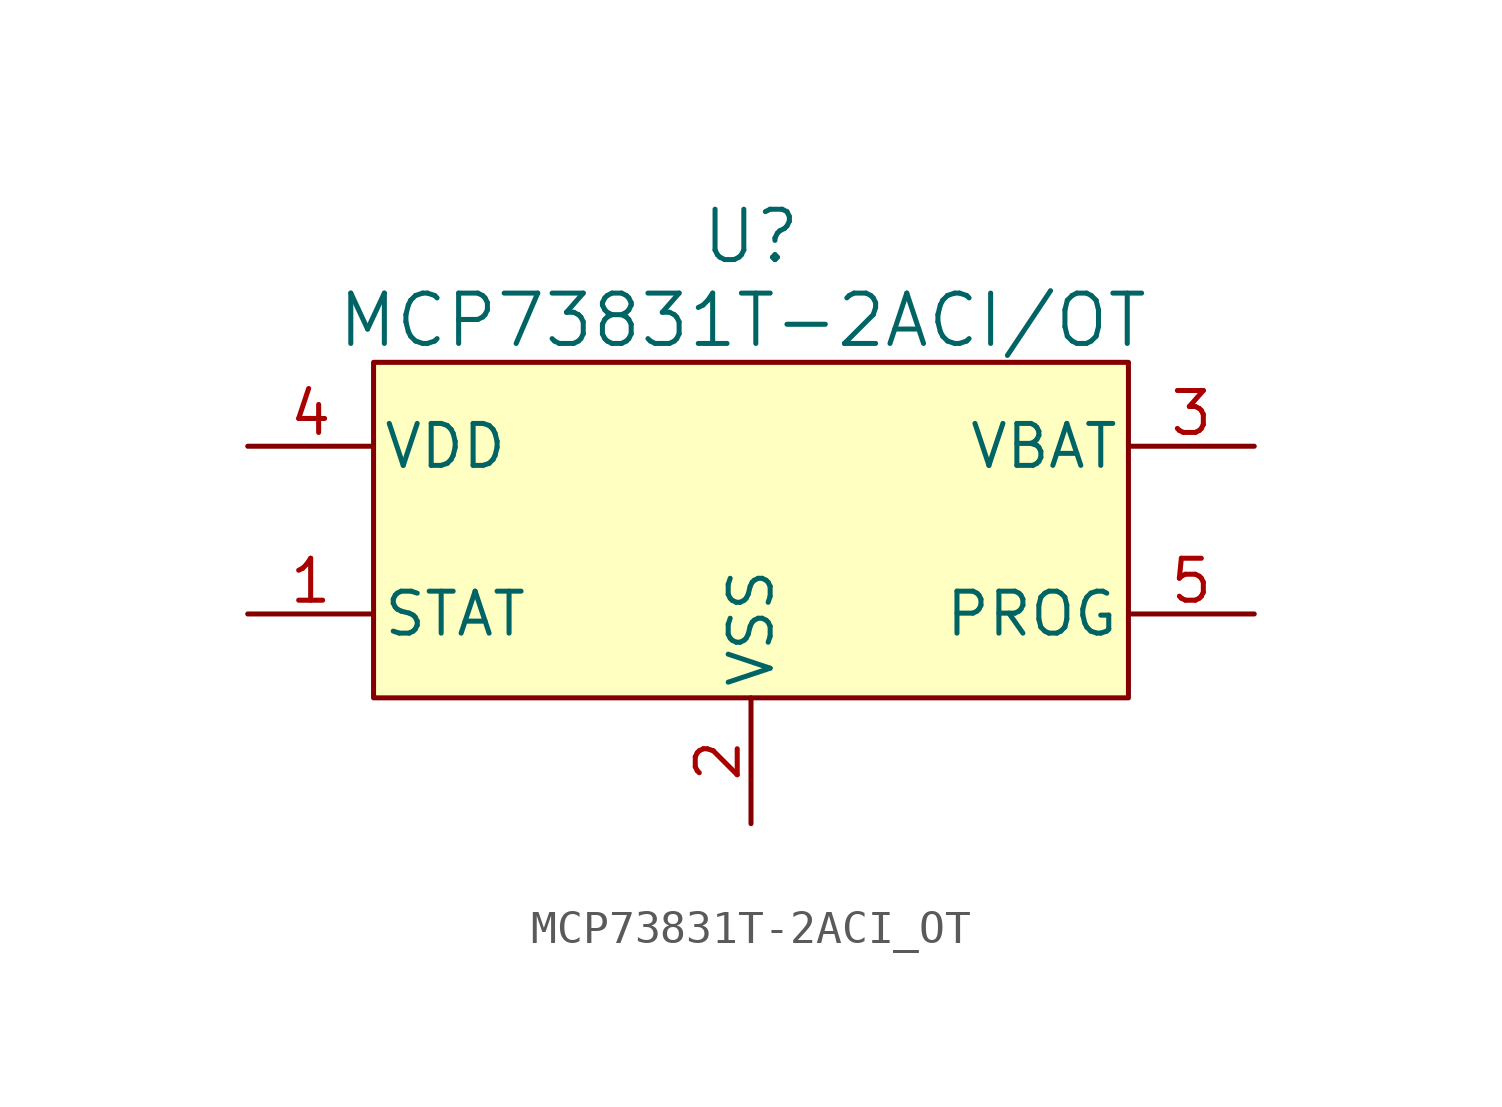
<source format=kicad_sym>
(kicad_symbol_lib
  (version 20241209)
  (generator "kicad_symbol_editor")
  (generator_version "9.0")
  (symbol "MCP73831T-2ACI_OT"
    (pin_names
      (offset 0.254))
    (property "Reference" "U"
      (at 15.24 6.35 0)
      (effects (font (size 1.524 1.524))))
    (property "Value" "MCP73831T-2ACI/OT"
      (at 14.986 3.81 0)
      (effects (font (size 1.524 1.524))))
    (property "ki_locked" ""
      (at 0 0 0)
      (effects (font (size 1.27 1.27))))
    (symbol "MCP73831T-2ACI_OT_0_1"
      (rectangle (start 3.81 2.54) (end 26.67 -7.62) (stroke (width 0) (type default)) (fill (type background)))
      (pin unspecified line (at 0 0 0) (length 3.81) (name "VDD" (effects (font (size 1.27 1.27)))) (number "4" (effects (font (size 1.27 1.27)))))
      (pin unspecified line (at 0 -5.08 0) (length 3.81) (name "STAT" (effects (font (size 1.27 1.27)))) (number "1" (effects (font (size 1.27 1.27)))))
      (pin unspecified line (at 15.24 -11.43 90) (length 3.81) (name "VSS" (effects (font (size 1.27 1.27)))) (number "2" (effects (font (size 1.27 1.27)))))
      (pin unspecified line (at 30.48 0 180) (length 3.81) (name "VBAT" (effects (font (size 1.27 1.27)))) (number "3" (effects (font (size 1.27 1.27)))))
      (pin unspecified line (at 30.48 -5.08 180) (length 3.81) (name "PROG" (effects (font (size 1.27 1.27)))) (number "5" (effects (font (size 1.27 1.27))))))))
</source>
